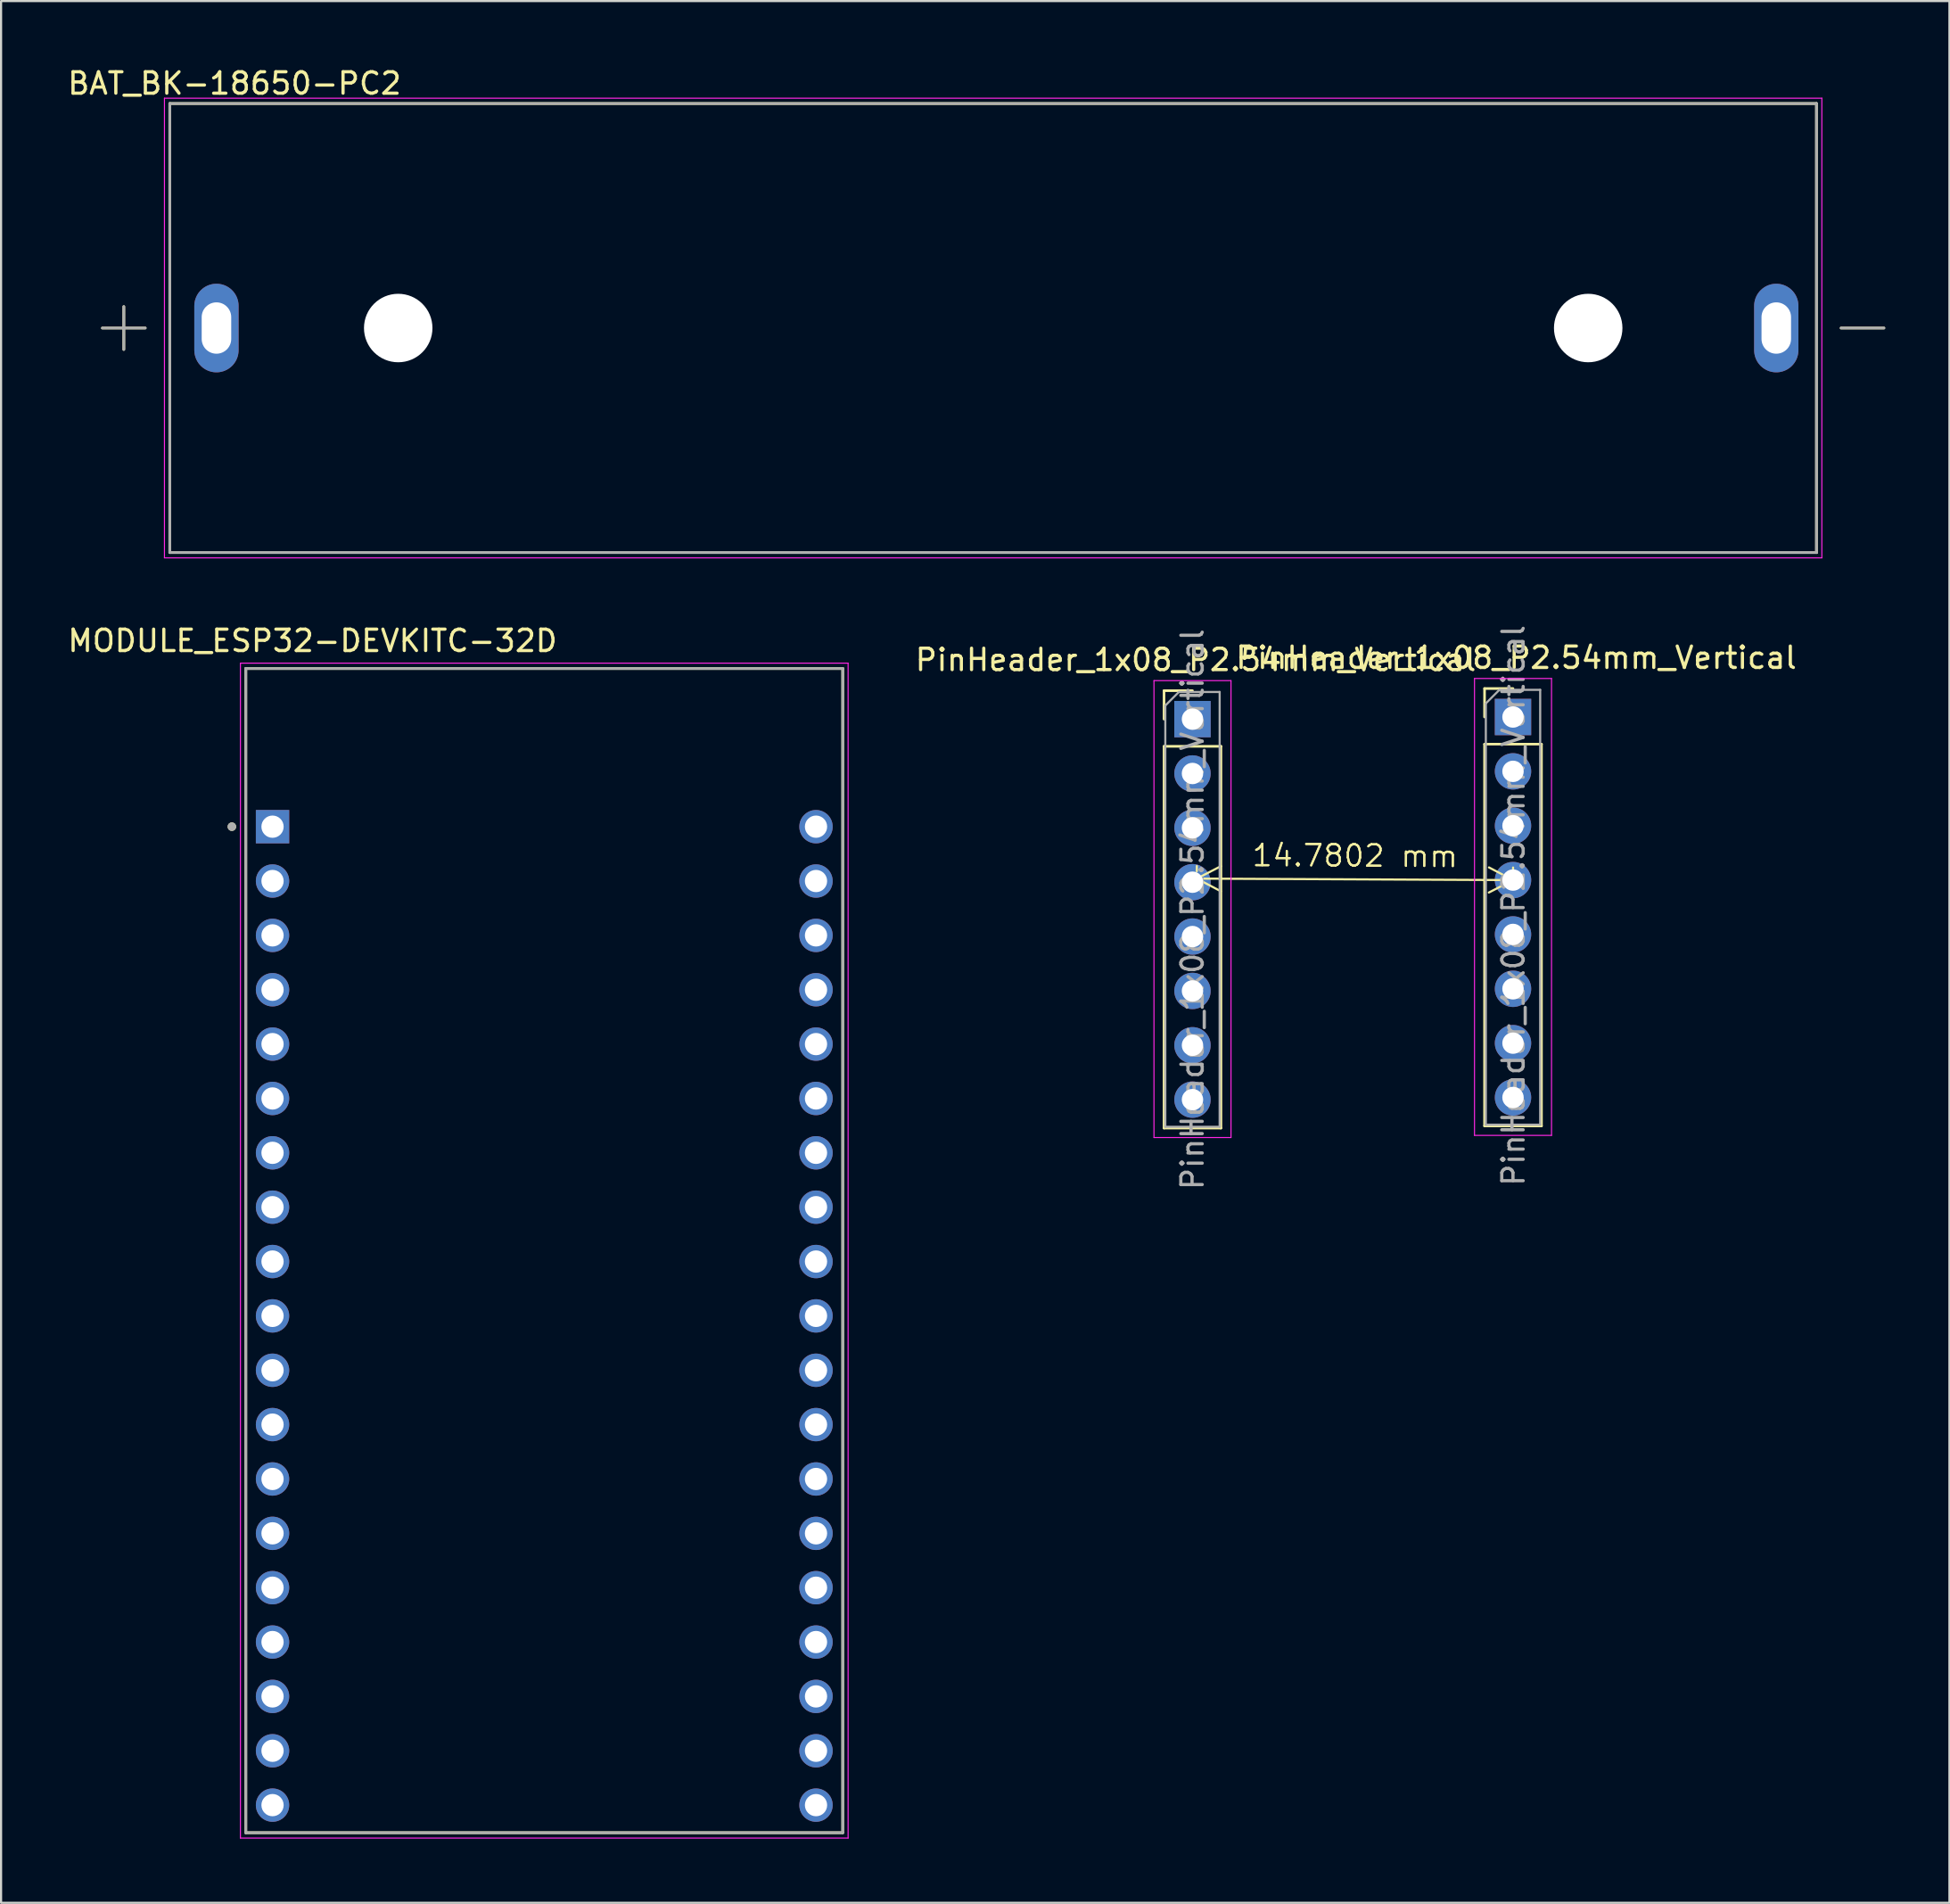
<source format=kicad_pcb>
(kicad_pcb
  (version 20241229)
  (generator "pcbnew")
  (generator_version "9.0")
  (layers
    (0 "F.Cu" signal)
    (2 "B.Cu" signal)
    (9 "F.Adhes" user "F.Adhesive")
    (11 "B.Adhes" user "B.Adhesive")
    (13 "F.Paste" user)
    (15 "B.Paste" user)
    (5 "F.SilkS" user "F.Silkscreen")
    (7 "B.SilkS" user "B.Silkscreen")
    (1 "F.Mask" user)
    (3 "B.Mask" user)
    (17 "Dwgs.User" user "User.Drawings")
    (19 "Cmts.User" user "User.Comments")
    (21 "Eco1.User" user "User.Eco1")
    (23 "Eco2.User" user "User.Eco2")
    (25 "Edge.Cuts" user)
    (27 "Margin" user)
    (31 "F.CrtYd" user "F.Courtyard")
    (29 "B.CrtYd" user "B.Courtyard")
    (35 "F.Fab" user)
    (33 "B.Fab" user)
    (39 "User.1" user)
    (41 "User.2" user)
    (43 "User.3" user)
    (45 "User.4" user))
  (footprint "PinHeader_1x08_P2.54mm_Vertical"
    (layer "F.Cu")
    (at 61.782 36.393)
    (property "Reference" "PinHeader_1x08_P2.54mm_Vertical" (at -8.95 -8.61 0) (layer "F.SilkS") (effects (font (size 1 1) (thickness 0.15))))
    (attr through_hole)
    (fp_line (start -10.43 -7.17) (end -9.1 -7.17) (stroke (width 0.12) (type solid)) (layer "F.SilkS"))
    (fp_line (start -10.43 -5.84) (end -10.43 -7.17) (stroke (width 0.12) (type solid)) (layer "F.SilkS"))
    (fp_line (start -10.43 -4.57) (end -10.43 13.27) (stroke (width 0.12) (type solid)) (layer "F.SilkS"))
    (fp_line (start -10.43 -4.57) (end -7.77 -4.57) (stroke (width 0.12) (type solid)) (layer "F.SilkS"))
    (fp_line (start -10.43 13.27) (end -7.77 13.27) (stroke (width 0.12) (type solid)) (layer "F.SilkS"))
    (fp_line (start -7.77 -4.57) (end -7.77 13.27) (stroke (width 0.12) (type solid)) (layer "F.SilkS"))
    (fp_line (start 4.55 -7.27) (end 5.88 -7.27) (stroke (width 0.12) (type solid)) (layer "F.SilkS"))
    (fp_line (start 4.55 -5.94) (end 4.55 -7.27) (stroke (width 0.12) (type solid)) (layer "F.SilkS"))
    (fp_line (start 4.55 -4.67) (end 4.55 13.17) (stroke (width 0.12) (type solid)) (layer "F.SilkS"))
    (fp_line (start 4.55 -4.67) (end 7.21 -4.67) (stroke (width 0.12) (type solid)) (layer "F.SilkS"))
    (fp_line (start 4.55 13.17) (end 7.21 13.17) (stroke (width 0.12) (type solid)) (layer "F.SilkS"))
    (fp_line (start 7.21 -4.67) (end 7.21 13.17) (stroke (width 0.12) (type solid)) (layer "F.SilkS"))
    (fp_line (start -10.9 -7.64) (end -10.9 13.71) (stroke (width 0.05) (type solid)) (layer "F.CrtYd"))
    (fp_line (start -10.9 13.71) (end -7.3 13.71) (stroke (width 0.05) (type solid)) (layer "F.CrtYd"))
    (fp_line (start -7.3 -7.64) (end -10.9 -7.64) (stroke (width 0.05) (type solid)) (layer "F.CrtYd"))
    (fp_line (start -7.3 13.71) (end -7.3 -7.64) (stroke (width 0.05) (type solid)) (layer "F.CrtYd"))
    (fp_line (start 4.08 -7.74) (end 4.08 13.61) (stroke (width 0.05) (type solid)) (layer "F.CrtYd"))
    (fp_line (start 4.08 13.61) (end 7.68 13.61) (stroke (width 0.05) (type solid)) (layer "F.CrtYd"))
    (fp_line (start 7.68 -7.74) (end 4.08 -7.74) (stroke (width 0.05) (type solid)) (layer "F.CrtYd"))
    (fp_line (start 7.68 13.61) (end 7.68 -7.74) (stroke (width 0.05) (type solid)) (layer "F.CrtYd"))
    (fp_line (start -10.37 -6.475) (end -9.735 -7.11) (stroke (width 0.1) (type solid)) (layer "F.Fab"))
    (fp_line (start -10.37 13.21) (end -10.37 -6.475) (stroke (width 0.1) (type solid)) (layer "F.Fab"))
    (fp_line (start -9.735 -7.11) (end -7.83 -7.11) (stroke (width 0.1) (type solid)) (layer "F.Fab"))
    (fp_line (start -7.83 -7.11) (end -7.83 13.21) (stroke (width 0.1) (type solid)) (layer "F.Fab"))
    (fp_line (start -7.83 13.21) (end -10.37 13.21) (stroke (width 0.1) (type solid)) (layer "F.Fab"))
    (fp_line (start 4.61 -6.575) (end 5.245 -7.21) (stroke (width 0.1) (type solid)) (layer "F.Fab"))
    (fp_line (start 4.61 13.11) (end 4.61 -6.575) (stroke (width 0.1) (type solid)) (layer "F.Fab"))
    (fp_line (start 5.245 -7.21) (end 7.15 -7.21) (stroke (width 0.1) (type solid)) (layer "F.Fab"))
    (fp_line (start 7.15 -7.21) (end 7.15 13.11) (stroke (width 0.1) (type solid)) (layer "F.Fab"))
    (fp_line (start 7.15 13.11) (end 4.61 13.11) (stroke (width 0.1) (type solid)) (layer "F.Fab"))
    (fp_text user "${REFERENCE}" (at 6.03 -8.71 0) (layer "F.SilkS") (effects (font (size 1 1) (thickness 0.15))))
    (fp_text user "${REFERENCE}" (at 5.9 2.87 90) (layer "F.Fab") (effects (font (size 1 1) (thickness 0.15))))
    (fp_text user "${REFERENCE}" (at -9.1 3.05 90) (layer "F.Fab") (effects (font (size 1 1) (thickness 0.15))))
    (dimension (type aligned) (layer "F.SilkS") (pts (xy 52.882 38.159) (xy 67.662 38.229)) (height -0.155) (format (prefix "") (suffix "") (units 3) (units_format 1) (precision 4)) (style (thickness 0.1) (arrow_length 1.27) (text_position_mode 0) (arrow_direction outward) (extension_height 0.586) (extension_offset 0.5) (keep_text_aligned yes)) (gr_text "14.7802 mm" (at 60.278 36.939 359.729) (layer "F.SilkS") (effects (font (size 1 1) (thickness 0.1)))))
    (pad "1" thru_hole rect (at -9.1 -5.84) (size 1.7 1.7) (drill 1) (layers "*.Cu" "*.Mask"))
    (pad "1" thru_hole rect (at 5.88 -5.94) (size 1.7 1.7) (drill 1) (layers "*.Cu" "*.Mask"))
    (pad "2" thru_hole oval (at -9.1 -3.3) (size 1.7 1.7) (drill 1) (layers "*.Cu" "*.Mask"))
    (pad "2" thru_hole oval (at 5.88 -3.4) (size 1.7 1.7) (drill 1) (layers "*.Cu" "*.Mask"))
    (pad "3" thru_hole oval (at -9.1 -0.76) (size 1.7 1.7) (drill 1) (layers "*.Cu" "*.Mask"))
    (pad "3" thru_hole oval (at 5.88 -0.86) (size 1.7 1.7) (drill 1) (layers "*.Cu" "*.Mask"))
    (pad "4" thru_hole oval (at -9.1 1.78) (size 1.7 1.7) (drill 1) (layers "*.Cu" "*.Mask"))
    (pad "4" thru_hole oval (at 5.88 1.68) (size 1.7 1.7) (drill 1) (layers "*.Cu" "*.Mask"))
    (pad "5" thru_hole oval (at -9.1 4.32) (size 1.7 1.7) (drill 1) (layers "*.Cu" "*.Mask"))
    (pad "5" thru_hole oval (at 5.88 4.22) (size 1.7 1.7) (drill 1) (layers "*.Cu" "*.Mask"))
    (pad "6" thru_hole oval (at -9.1 6.86) (size 1.7 1.7) (drill 1) (layers "*.Cu" "*.Mask"))
    (pad "6" thru_hole oval (at 5.88 6.76) (size 1.7 1.7) (drill 1) (layers "*.Cu" "*.Mask"))
    (pad "7" thru_hole oval (at -9.1 9.4) (size 1.7 1.7) (drill 1) (layers "*.Cu" "*.Mask"))
    (pad "7" thru_hole oval (at 5.88 9.3) (size 1.7 1.7) (drill 1) (layers "*.Cu" "*.Mask"))
    (pad "8" thru_hole oval (at -9.1 11.94) (size 1.7 1.7) (drill 1) (layers "*.Cu" "*.Mask"))
    (pad "8" thru_hole oval (at 5.88 11.84) (size 1.7 1.7) (drill 1) (layers "*.Cu" "*.Mask")))
  (footprint "BAT_BK-18650-PC2"
    (layer "F.Cu")
    (at 43.366 12.278)
    (property "Reference" "BAT_BK-18650-PC2" (at -35.455 -11.43 0) (layer "F.SilkS") (effects (font (size 1 1) (thickness 0.15))))
    (attr through_hole)
    (fp_line (start -41.63 0) (end -39.63 0) (stroke (width 0.127) (type solid)) (layer "F.SilkS"))
    (fp_line (start -40.63 -1) (end -40.63 1) (stroke (width 0.127) (type solid)) (layer "F.SilkS"))
    (fp_line (start -38.48 -10.49) (end 38.48 -10.49) (stroke (width 0.127) (type solid)) (layer "F.SilkS"))
    (fp_line (start -38.48 10.49) (end -38.48 -10.49) (stroke (width 0.127) (type solid)) (layer "F.SilkS"))
    (fp_line (start 38.48 -10.49) (end 38.48 10.49) (stroke (width 0.127) (type solid)) (layer "F.SilkS"))
    (fp_line (start 38.48 10.49) (end -38.48 10.49) (stroke (width 0.127) (type solid)) (layer "F.SilkS"))
    (fp_line (start 39.63 0) (end 41.63 0) (stroke (width 0.127) (type solid)) (layer "F.SilkS"))
    (fp_line (start -38.73 -10.74) (end 38.73 -10.74) (stroke (width 0.05) (type solid)) (layer "F.CrtYd"))
    (fp_line (start -38.73 10.74) (end -38.73 -10.74) (stroke (width 0.05) (type solid)) (layer "F.CrtYd"))
    (fp_line (start 38.73 -10.74) (end 38.73 10.74) (stroke (width 0.05) (type solid)) (layer "F.CrtYd"))
    (fp_line (start 38.73 10.74) (end -38.73 10.74) (stroke (width 0.05) (type solid)) (layer "F.CrtYd"))
    (fp_line (start -41.63 0) (end -39.63 0) (stroke (width 0.127) (type solid)) (layer "F.Fab"))
    (fp_line (start -40.63 -1) (end -40.63 1) (stroke (width 0.127) (type solid)) (layer "F.Fab"))
    (fp_line (start -38.48 -10.49) (end 38.48 -10.49) (stroke (width 0.127) (type solid)) (layer "F.Fab"))
    (fp_line (start -38.48 10.49) (end -38.48 -10.49) (stroke (width 0.127) (type solid)) (layer "F.Fab"))
    (fp_line (start 38.48 -10.49) (end 38.48 10.49) (stroke (width 0.127) (type solid)) (layer "F.Fab"))
    (fp_line (start 38.48 10.49) (end -38.48 10.49) (stroke (width 0.127) (type solid)) (layer "F.Fab"))
    (fp_line (start 39.63 0) (end 41.63 0) (stroke (width 0.127) (type solid)) (layer "F.Fab"))
    (pad "" np_thru_hole circle (at -27.805 0) (size 3.2 3.2) (drill 3.2) (layers "*.Cu" "*.Mask"))
    (pad "" np_thru_hole circle (at 27.81 0) (size 3.2 3.2) (drill 3.2) (layers "*.Cu" "*.Mask"))
    (pad "+" thru_hole oval (at -36.3 0) (size 2.07 4.14) (drill oval 1.38 2.4) (layers "*.Cu" "*.Mask"))
    (pad "-" thru_hole oval (at 36.6 0) (size 2.07 4.14) (drill oval 1.38 2.4) (layers "*.Cu" "*.Mask")))
  (footprint "MODULE_ESP32-DEVKITC-32D"
    (layer "F.Cu")
    (at 22.387 55.338)
    (property "Reference" "MODULE_ESP32-DEVKITC-32D" (at -10.829 -28.446 0) (layer "F.SilkS") (effects (font (size 1 1) (thickness 0.15))))
    (attr through_hole)
    (fp_line (start -13.95 -27.15) (end 13.95 -27.15) (stroke (width 0.127) (type solid)) (layer "F.SilkS"))
    (fp_line (start -13.95 27.25) (end -13.95 -27.15) (stroke (width 0.127) (type solid)) (layer "F.SilkS"))
    (fp_line (start 13.95 -27.15) (end 13.95 27.25) (stroke (width 0.127) (type solid)) (layer "F.SilkS"))
    (fp_line (start 13.95 27.25) (end -13.95 27.25) (stroke (width 0.127) (type solid)) (layer "F.SilkS"))
    (fp_circle (center -14.6 -19.76) (end -14.5 -19.76) (stroke (width 0.2) (type solid)) (fill no) (layer "F.SilkS"))
    (fp_line (start -14.2 -27.4) (end 14.2 -27.4) (stroke (width 0.05) (type solid)) (layer "F.CrtYd"))
    (fp_line (start -14.2 27.5) (end -14.2 -27.4) (stroke (width 0.05) (type solid)) (layer "F.CrtYd"))
    (fp_line (start 14.2 -27.4) (end 14.2 27.5) (stroke (width 0.05) (type solid)) (layer "F.CrtYd"))
    (fp_line (start 14.2 27.5) (end -14.2 27.5) (stroke (width 0.05) (type solid)) (layer "F.CrtYd"))
    (fp_line (start -13.95 -27.15) (end 13.95 -27.15) (stroke (width 0.127) (type solid)) (layer "F.Fab"))
    (fp_line (start -13.95 27.25) (end -13.95 -27.15) (stroke (width 0.127) (type solid)) (layer "F.Fab"))
    (fp_line (start 13.95 -27.15) (end 13.95 27.25) (stroke (width 0.127) (type solid)) (layer "F.Fab"))
    (fp_line (start 13.95 27.25) (end -13.95 27.25) (stroke (width 0.127) (type solid)) (layer "F.Fab"))
    (fp_circle (center -14.6 -19.76) (end -14.5 -19.76) (stroke (width 0.2) (type solid)) (fill no) (layer "F.Fab"))
    (pad "J2-1" thru_hole rect (at -12.7 -19.76) (size 1.56 1.56) (drill 1.04) (layers "*.Cu" "*.Mask"))
    (pad "J2-2" thru_hole circle (at -12.7 -17.22) (size 1.56 1.56) (drill 1.04) (layers "*.Cu" "*.Mask"))
    (pad "J2-3" thru_hole circle (at -12.7 -14.68) (size 1.56 1.56) (drill 1.04) (layers "*.Cu" "*.Mask"))
    (pad "J2-4" thru_hole circle (at -12.7 -12.14) (size 1.56 1.56) (drill 1.04) (layers "*.Cu" "*.Mask"))
    (pad "J2-5" thru_hole circle (at -12.7 -9.6) (size 1.56 1.56) (drill 1.04) (layers "*.Cu" "*.Mask"))
    (pad "J2-6" thru_hole circle (at -12.7 -7.06) (size 1.56 1.56) (drill 1.04) (layers "*.Cu" "*.Mask"))
    (pad "J2-7" thru_hole circle (at -12.7 -4.52) (size 1.56 1.56) (drill 1.04) (layers "*.Cu" "*.Mask"))
    (pad "J2-8" thru_hole circle (at -12.7 -1.98) (size 1.56 1.56) (drill 1.04) (layers "*.Cu" "*.Mask"))
    (pad "J2-9" thru_hole circle (at -12.7 0.56) (size 1.56 1.56) (drill 1.04) (layers "*.Cu" "*.Mask"))
    (pad "J2-10" thru_hole circle (at -12.7 3.1) (size 1.56 1.56) (drill 1.04) (layers "*.Cu" "*.Mask"))
    (pad "J2-11" thru_hole circle (at -12.7 5.64) (size 1.56 1.56) (drill 1.04) (layers "*.Cu" "*.Mask"))
    (pad "J2-12" thru_hole circle (at -12.7 8.18) (size 1.56 1.56) (drill 1.04) (layers "*.Cu" "*.Mask"))
    (pad "J2-13" thru_hole circle (at -12.7 10.72) (size 1.56 1.56) (drill 1.04) (layers "*.Cu" "*.Mask"))
    (pad "J2-14" thru_hole circle (at -12.7 13.26) (size 1.56 1.56) (drill 1.04) (layers "*.Cu" "*.Mask"))
    (pad "J2-15" thru_hole circle (at -12.7 15.8) (size 1.56 1.56) (drill 1.04) (layers "*.Cu" "*.Mask"))
    (pad "J2-16" thru_hole circle (at -12.7 18.34) (size 1.56 1.56) (drill 1.04) (layers "*.Cu" "*.Mask"))
    (pad "J2-17" thru_hole circle (at -12.7 20.88) (size 1.56 1.56) (drill 1.04) (layers "*.Cu" "*.Mask"))
    (pad "J2-18" thru_hole circle (at -12.7 23.42) (size 1.56 1.56) (drill 1.04) (layers "*.Cu" "*.Mask"))
    (pad "J2-19" thru_hole circle (at -12.7 25.96) (size 1.56 1.56) (drill 1.04) (layers "*.Cu" "*.Mask"))
    (pad "J3-1" thru_hole circle (at 12.7 -19.76) (size 1.56 1.56) (drill 1.04) (layers "*.Cu" "*.Mask"))
    (pad "J3-2" thru_hole circle (at 12.7 -17.22) (size 1.56 1.56) (drill 1.04) (layers "*.Cu" "*.Mask"))
    (pad "J3-3" thru_hole circle (at 12.7 -14.68) (size 1.56 1.56) (drill 1.04) (layers "*.Cu" "*.Mask"))
    (pad "J3-4" thru_hole circle (at 12.7 -12.14) (size 1.56 1.56) (drill 1.04) (layers "*.Cu" "*.Mask"))
    (pad "J3-5" thru_hole circle (at 12.7 -9.6) (size 1.56 1.56) (drill 1.04) (layers "*.Cu" "*.Mask"))
    (pad "J3-6" thru_hole circle (at 12.7 -7.06) (size 1.56 1.56) (drill 1.04) (layers "*.Cu" "*.Mask"))
    (pad "J3-7" thru_hole circle (at 12.7 -4.52) (size 1.56 1.56) (drill 1.04) (layers "*.Cu" "*.Mask"))
    (pad "J3-8" thru_hole circle (at 12.7 -1.98) (size 1.56 1.56) (drill 1.04) (layers "*.Cu" "*.Mask"))
    (pad "J3-9" thru_hole circle (at 12.7 0.56) (size 1.56 1.56) (drill 1.04) (layers "*.Cu" "*.Mask"))
    (pad "J3-10" thru_hole circle (at 12.7 3.1) (size 1.56 1.56) (drill 1.04) (layers "*.Cu" "*.Mask"))
    (pad "J3-11" thru_hole circle (at 12.7 5.64) (size 1.56 1.56) (drill 1.04) (layers "*.Cu" "*.Mask"))
    (pad "J3-12" thru_hole circle (at 12.7 8.18) (size 1.56 1.56) (drill 1.04) (layers "*.Cu" "*.Mask"))
    (pad "J3-13" thru_hole circle (at 12.7 10.72) (size 1.56 1.56) (drill 1.04) (layers "*.Cu" "*.Mask"))
    (pad "J3-14" thru_hole circle (at 12.7 13.26) (size 1.56 1.56) (drill 1.04) (layers "*.Cu" "*.Mask"))
    (pad "J3-15" thru_hole circle (at 12.7 15.8) (size 1.56 1.56) (drill 1.04) (layers "*.Cu" "*.Mask"))
    (pad "J3-16" thru_hole circle (at 12.7 18.34) (size 1.56 1.56) (drill 1.04) (layers "*.Cu" "*.Mask"))
    (pad "J3-17" thru_hole circle (at 12.7 20.88) (size 1.56 1.56) (drill 1.04) (layers "*.Cu" "*.Mask"))
    (pad "J3-18" thru_hole circle (at 12.7 23.42) (size 1.56 1.56) (drill 1.04) (layers "*.Cu" "*.Mask"))
    (pad "J3-19" thru_hole circle (at 12.7 25.96) (size 1.56 1.56) (drill 1.04) (layers "*.Cu" "*.Mask")))
  (gr_rect
    (start -3 -3)
    (end 88.059 85.863)
    (stroke (width 0.1) (type default))
    (fill no)
    (layer "Edge.Cuts")))
</source>
